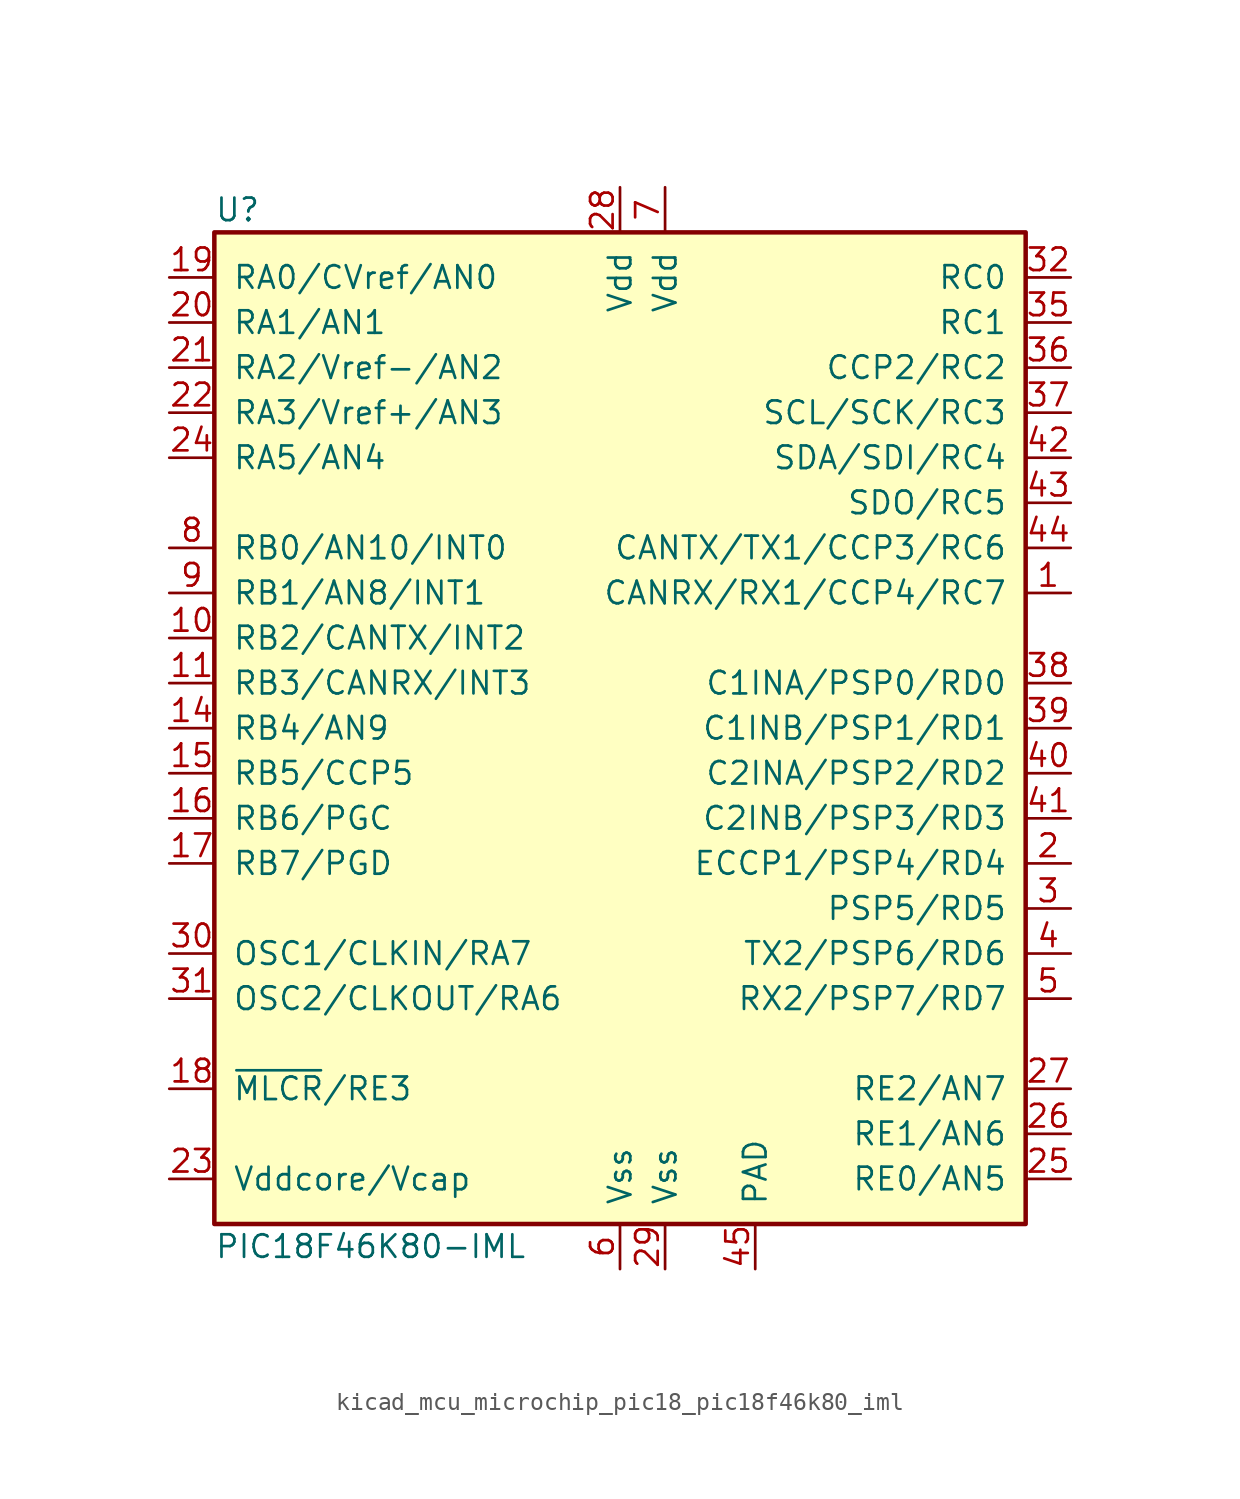
<source format=kicad_sym>
(kicad_symbol_lib
  (version 20220914)
  (generator kicad_symbol_editor)
  (symbol "kicad_mcu_microchip_pic18_pic18f46k80_iml"
    (pin_names
      (offset 1.016))
    (property "Reference" "U"
      (at -22.86 29.21 0)
      (effects (font (size 1.27 1.27)) (justify left)))
    (property "Value" "PIC18F46K80-IML"
      (at -22.86 -29.21 0)
      (effects (font (size 1.27 1.27)) (justify left)))
    (symbol "kicad_mcu_microchip_pic18_pic18f46k80_iml_0_1"
      (rectangle (start -22.86 27.94) (end 22.86 -27.94) (stroke (width 0.254) (type default)) (fill (type background))))
    (symbol "kicad_mcu_microchip_pic18_pic18f46k80_iml_1_1"
      (pin bidirectional line (at 25.4 7.62 180) (length 2.54) (name "CANRX/RX1/CCP4/RC7" (effects (font (size 1.27 1.27)))) (number "1" (effects (font (size 1.27 1.27)))))
      (pin bidirectional line (at -25.4 5.08 0) (length 2.54) (name "RB2/CANTX/INT2" (effects (font (size 1.27 1.27)))) (number "10" (effects (font (size 1.27 1.27)))))
      (pin bidirectional line (at -25.4 2.54 0) (length 2.54) (name "RB3/CANRX/INT3" (effects (font (size 1.27 1.27)))) (number "11" (effects (font (size 1.27 1.27)))))
      (pin no_connect line (at -10.16 -27.94 90) (length 2.54) hide (name "NC" (effects (font (size 1.27 1.27)))) (number "12" (effects (font (size 1.27 1.27)))))
      (pin no_connect line (at -7.62 -27.94 90) (length 2.54) hide (name "NC" (effects (font (size 1.27 1.27)))) (number "13" (effects (font (size 1.27 1.27)))))
      (pin bidirectional line (at -25.4 0 0) (length 2.54) (name "RB4/AN9" (effects (font (size 1.27 1.27)))) (number "14" (effects (font (size 1.27 1.27)))))
      (pin bidirectional line (at -25.4 -2.54 0) (length 2.54) (name "RB5/CCP5" (effects (font (size 1.27 1.27)))) (number "15" (effects (font (size 1.27 1.27)))))
      (pin bidirectional line (at -25.4 -5.08 0) (length 2.54) (name "RB6/PGC" (effects (font (size 1.27 1.27)))) (number "16" (effects (font (size 1.27 1.27)))))
      (pin bidirectional line (at -25.4 -7.62 0) (length 2.54) (name "RB7/PGD" (effects (font (size 1.27 1.27)))) (number "17" (effects (font (size 1.27 1.27)))))
      (pin bidirectional line (at -25.4 -20.32 0) (length 2.54) (name "~{MLCR}/RE3" (effects (font (size 1.27 1.27)))) (number "18" (effects (font (size 1.27 1.27)))))
      (pin bidirectional line (at -25.4 25.4 0) (length 2.54) (name "RA0/CVref/AN0" (effects (font (size 1.27 1.27)))) (number "19" (effects (font (size 1.27 1.27)))))
      (pin bidirectional line (at 25.4 -7.62 180) (length 2.54) (name "ECCP1/PSP4/RD4" (effects (font (size 1.27 1.27)))) (number "2" (effects (font (size 1.27 1.27)))))
      (pin bidirectional line (at -25.4 22.86 0) (length 2.54) (name "RA1/AN1" (effects (font (size 1.27 1.27)))) (number "20" (effects (font (size 1.27 1.27)))))
      (pin bidirectional line (at -25.4 20.32 0) (length 2.54) (name "RA2/Vref-/AN2" (effects (font (size 1.27 1.27)))) (number "21" (effects (font (size 1.27 1.27)))))
      (pin bidirectional line (at -25.4 17.78 0) (length 2.54) (name "RA3/Vref+/AN3" (effects (font (size 1.27 1.27)))) (number "22" (effects (font (size 1.27 1.27)))))
      (pin power_in line (at -25.4 -25.4 0) (length 2.54) (name "Vddcore/Vcap" (effects (font (size 1.27 1.27)))) (number "23" (effects (font (size 1.27 1.27)))))
      (pin bidirectional line (at -25.4 15.24 0) (length 2.54) (name "RA5/AN4" (effects (font (size 1.27 1.27)))) (number "24" (effects (font (size 1.27 1.27)))))
      (pin bidirectional line (at 25.4 -25.4 180) (length 2.54) (name "RE0/AN5" (effects (font (size 1.27 1.27)))) (number "25" (effects (font (size 1.27 1.27)))))
      (pin bidirectional line (at 25.4 -22.86 180) (length 2.54) (name "RE1/AN6" (effects (font (size 1.27 1.27)))) (number "26" (effects (font (size 1.27 1.27)))))
      (pin bidirectional line (at 25.4 -20.32 180) (length 2.54) (name "RE2/AN7" (effects (font (size 1.27 1.27)))) (number "27" (effects (font (size 1.27 1.27)))))
      (pin power_in line (at 0 30.48 270) (length 2.54) (name "Vdd" (effects (font (size 1.27 1.27)))) (number "28" (effects (font (size 1.27 1.27)))))
      (pin power_in line (at 2.54 -30.48 90) (length 2.54) (name "Vss" (effects (font (size 1.27 1.27)))) (number "29" (effects (font (size 1.27 1.27)))))
      (pin bidirectional line (at 25.4 -10.16 180) (length 2.54) (name "PSP5/RD5" (effects (font (size 1.27 1.27)))) (number "3" (effects (font (size 1.27 1.27)))))
      (pin input line (at -25.4 -12.7 0) (length 2.54) (name "OSC1/CLKIN/RA7" (effects (font (size 1.27 1.27)))) (number "30" (effects (font (size 1.27 1.27)))))
      (pin input line (at -25.4 -15.24 0) (length 2.54) (name "OSC2/CLKOUT/RA6" (effects (font (size 1.27 1.27)))) (number "31" (effects (font (size 1.27 1.27)))))
      (pin bidirectional line (at 25.4 25.4 180) (length 2.54) (name "RC0" (effects (font (size 1.27 1.27)))) (number "32" (effects (font (size 1.27 1.27)))))
      (pin no_connect line (at -5.08 -27.94 90) (length 2.54) hide (name "NC" (effects (font (size 1.27 1.27)))) (number "33" (effects (font (size 1.27 1.27)))))
      (pin no_connect line (at -2.54 -27.94 90) (length 2.54) hide (name "NC" (effects (font (size 1.27 1.27)))) (number "34" (effects (font (size 1.27 1.27)))))
      (pin bidirectional line (at 25.4 22.86 180) (length 2.54) (name "RC1" (effects (font (size 1.27 1.27)))) (number "35" (effects (font (size 1.27 1.27)))))
      (pin bidirectional line (at 25.4 20.32 180) (length 2.54) (name "CCP2/RC2" (effects (font (size 1.27 1.27)))) (number "36" (effects (font (size 1.27 1.27)))))
      (pin bidirectional line (at 25.4 17.78 180) (length 2.54) (name "SCL/SCK/RC3" (effects (font (size 1.27 1.27)))) (number "37" (effects (font (size 1.27 1.27)))))
      (pin bidirectional line (at 25.4 2.54 180) (length 2.54) (name "C1INA/PSP0/RD0" (effects (font (size 1.27 1.27)))) (number "38" (effects (font (size 1.27 1.27)))))
      (pin bidirectional line (at 25.4 0 180) (length 2.54) (name "C1INB/PSP1/RD1" (effects (font (size 1.27 1.27)))) (number "39" (effects (font (size 1.27 1.27)))))
      (pin bidirectional line (at 25.4 -12.7 180) (length 2.54) (name "TX2/PSP6/RD6" (effects (font (size 1.27 1.27)))) (number "4" (effects (font (size 1.27 1.27)))))
      (pin bidirectional line (at 25.4 -2.54 180) (length 2.54) (name "C2INA/PSP2/RD2" (effects (font (size 1.27 1.27)))) (number "40" (effects (font (size 1.27 1.27)))))
      (pin bidirectional line (at 25.4 -5.08 180) (length 2.54) (name "C2INB/PSP3/RD3" (effects (font (size 1.27 1.27)))) (number "41" (effects (font (size 1.27 1.27)))))
      (pin bidirectional line (at 25.4 15.24 180) (length 2.54) (name "SDA/SDI/RC4" (effects (font (size 1.27 1.27)))) (number "42" (effects (font (size 1.27 1.27)))))
      (pin bidirectional line (at 25.4 12.7 180) (length 2.54) (name "SDO/RC5" (effects (font (size 1.27 1.27)))) (number "43" (effects (font (size 1.27 1.27)))))
      (pin bidirectional line (at 25.4 10.16 180) (length 2.54) (name "CANTX/TX1/CCP3/RC6" (effects (font (size 1.27 1.27)))) (number "44" (effects (font (size 1.27 1.27)))))
      (pin power_in line (at 7.62 -30.48 90) (length 2.54) (name "PAD" (effects (font (size 1.27 1.27)))) (number "45" (effects (font (size 1.27 1.27)))))
      (pin bidirectional line (at 25.4 -15.24 180) (length 2.54) (name "RX2/PSP7/RD7" (effects (font (size 1.27 1.27)))) (number "5" (effects (font (size 1.27 1.27)))))
      (pin power_in line (at 0 -30.48 90) (length 2.54) (name "Vss" (effects (font (size 1.27 1.27)))) (number "6" (effects (font (size 1.27 1.27)))))
      (pin power_in line (at 2.54 30.48 270) (length 2.54) (name "Vdd" (effects (font (size 1.27 1.27)))) (number "7" (effects (font (size 1.27 1.27)))))
      (pin bidirectional line (at -25.4 10.16 0) (length 2.54) (name "RB0/AN10/INT0" (effects (font (size 1.27 1.27)))) (number "8" (effects (font (size 1.27 1.27)))))
      (pin bidirectional line (at -25.4 7.62 0) (length 2.54) (name "RB1/AN8/INT1" (effects (font (size 1.27 1.27)))) (number "9" (effects (font (size 1.27 1.27))))))))
</source>
